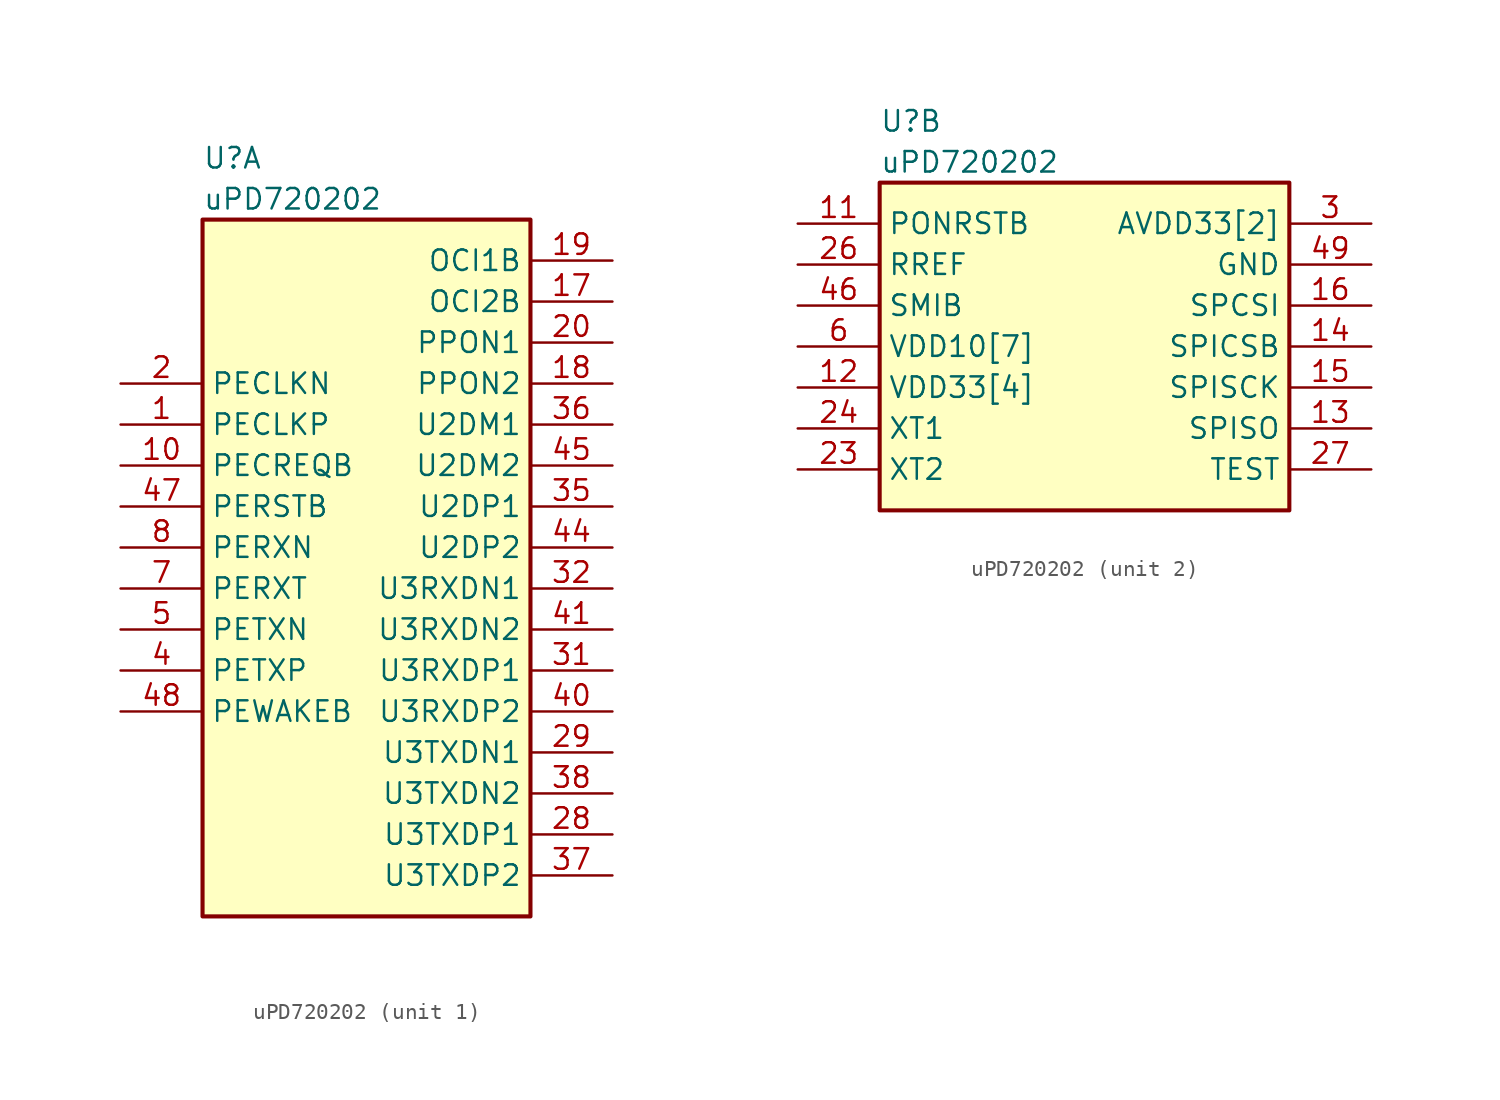
<source format=kicad_sym>
(kicad_symbol_lib
  (version 20211014)
  (generator kicad_symbol_editor)
  (symbol "﻿uPD720202"
    (property "Reference" "U"
      (at 5.08 6.35 0)
      (effects (font (size 1.27 1.27)) (justify left)))
    (property "Value" "﻿uPD720202"
      (at 5.08 3.81 0)
      (effects (font (size 1.27 1.27)) (justify left)))
    (property "ki_locked" ""
      (at 0 0 0)
      (effects (font (size 1.27 1.27))))
    (symbol "﻿uPD720202_1_1"
      (rectangle (start 5.08 2.54) (end 25.4 -40.64) (stroke (width 0.254) (type default) (color 0 0 0 0)) (fill (type background)))
      (pin input line (at 0 -10.16 0) (length 5.08) (name "PECLKP" (effects (font (size 1.27 1.27)))) (number "1" (effects (font (size 1.27 1.27)))))
      (pin output line (at 0 -12.7 0) (length 5.08) (name "PECREQB" (effects (font (size 1.27 1.27)))) (number "10" (effects (font (size 1.27 1.27)))))
      (pin input line (at 30.48 -2.54 180) (length 5.08) (name "OCI2B" (effects (font (size 1.27 1.27)))) (number "17" (effects (font (size 1.27 1.27)))))
      (pin output line (at 30.48 -7.62 180) (length 5.08) (name "PPON2" (effects (font (size 1.27 1.27)))) (number "18" (effects (font (size 1.27 1.27)))))
      (pin input line (at 30.48 0 180) (length 5.08) (name "OCI1B" (effects (font (size 1.27 1.27)))) (number "19" (effects (font (size 1.27 1.27)))))
      (pin input line (at 0 -7.62 0) (length 5.08) (name "PECLKN" (effects (font (size 1.27 1.27)))) (number "2" (effects (font (size 1.27 1.27)))))
      (pin output line (at 30.48 -5.08 180) (length 5.08) (name "PPON1" (effects (font (size 1.27 1.27)))) (number "20" (effects (font (size 1.27 1.27)))))
      (pin output line (at 30.48 -35.56 180) (length 5.08) (name "U3TXDP1" (effects (font (size 1.27 1.27)))) (number "28" (effects (font (size 1.27 1.27)))))
      (pin output line (at 30.48 -30.48 180) (length 5.08) (name "U3TXDN1" (effects (font (size 1.27 1.27)))) (number "29" (effects (font (size 1.27 1.27)))))
      (pin input line (at 30.48 -25.4 180) (length 5.08) (name "U3RXDP1" (effects (font (size 1.27 1.27)))) (number "31" (effects (font (size 1.27 1.27)))))
      (pin input line (at 30.48 -20.32 180) (length 5.08) (name "U3RXDN1" (effects (font (size 1.27 1.27)))) (number "32" (effects (font (size 1.27 1.27)))))
      (pin bidirectional line (at 30.48 -15.24 180) (length 5.08) (name "U2DP1" (effects (font (size 1.27 1.27)))) (number "35" (effects (font (size 1.27 1.27)))))
      (pin bidirectional line (at 30.48 -10.16 180) (length 5.08) (name "U2DM1" (effects (font (size 1.27 1.27)))) (number "36" (effects (font (size 1.27 1.27)))))
      (pin output line (at 30.48 -38.1 180) (length 5.08) (name "U3TXDP2" (effects (font (size 1.27 1.27)))) (number "37" (effects (font (size 1.27 1.27)))))
      (pin output line (at 30.48 -33.02 180) (length 5.08) (name "U3TXDN2" (effects (font (size 1.27 1.27)))) (number "38" (effects (font (size 1.27 1.27)))))
      (pin output line (at 0 -25.4 0) (length 5.08) (name "PETXP" (effects (font (size 1.27 1.27)))) (number "4" (effects (font (size 1.27 1.27)))))
      (pin input line (at 30.48 -27.94 180) (length 5.08) (name "U3RXDP2" (effects (font (size 1.27 1.27)))) (number "40" (effects (font (size 1.27 1.27)))))
      (pin input line (at 30.48 -22.86 180) (length 5.08) (name "U3RXDN2" (effects (font (size 1.27 1.27)))) (number "41" (effects (font (size 1.27 1.27)))))
      (pin bidirectional line (at 30.48 -17.78 180) (length 5.08) (name "U2DP2" (effects (font (size 1.27 1.27)))) (number "44" (effects (font (size 1.27 1.27)))))
      (pin bidirectional line (at 30.48 -12.7 180) (length 5.08) (name "U2DM2" (effects (font (size 1.27 1.27)))) (number "45" (effects (font (size 1.27 1.27)))))
      (pin input line (at 0 -15.24 0) (length 5.08) (name "PERSTB" (effects (font (size 1.27 1.27)))) (number "47" (effects (font (size 1.27 1.27)))))
      (pin output line (at 0 -27.94 0) (length 5.08) (name "PEWAKEB" (effects (font (size 1.27 1.27)))) (number "48" (effects (font (size 1.27 1.27)))))
      (pin output line (at 0 -22.86 0) (length 5.08) (name "PETXN" (effects (font (size 1.27 1.27)))) (number "5" (effects (font (size 1.27 1.27)))))
      (pin input line (at 0 -20.32 0) (length 5.08) (name "PERXT" (effects (font (size 1.27 1.27)))) (number "7" (effects (font (size 1.27 1.27)))))
      (pin input line (at 0 -17.78 0) (length 5.08) (name "PERXN" (effects (font (size 1.27 1.27)))) (number "8" (effects (font (size 1.27 1.27))))))
    (symbol "﻿uPD720202_2_1"
      (rectangle (start 5.08 2.54) (end 30.48 -17.78) (stroke (width 0.254) (type default) (color 0 0 0 0)) (fill (type background)))
      (pin input line (at 0 0 0) (length 5.08) (name "PONRSTB" (effects (font (size 1.27 1.27)))) (number "11" (effects (font (size 1.27 1.27)))))
      (pin power_in line (at 0 -10.16 0) (length 5.08) (name "VDD33[4]" (effects (font (size 1.27 1.27)))) (number "12" (effects (font (size 1.27 1.27)))))
      (pin input line (at 35.56 -12.7 180) (length 5.08) (name "SPISO" (effects (font (size 1.27 1.27)))) (number "13" (effects (font (size 1.27 1.27)))))
      (pin output line (at 35.56 -7.62 180) (length 5.08) (name "SPICSB" (effects (font (size 1.27 1.27)))) (number "14" (effects (font (size 1.27 1.27)))))
      (pin output line (at 35.56 -10.16 180) (length 5.08) (name "SPISCK" (effects (font (size 1.27 1.27)))) (number "15" (effects (font (size 1.27 1.27)))))
      (pin output line (at 35.56 -5.08 180) (length 5.08) (name "SPCSI" (effects (font (size 1.27 1.27)))) (number "16" (effects (font (size 1.27 1.27)))))
      (pin passive line (at 0 -7.62 0) (length 5.08) hide (name "VDD10[7]" (effects (font (size 1.27 1.27)))) (number "21" (effects (font (size 1.27 1.27)))))
      (pin passive line (at 0 -10.16 0) (length 5.08) hide (name "VDD33[4]" (effects (font (size 1.27 1.27)))) (number "22" (effects (font (size 1.27 1.27)))))
      (pin output line (at 0 -15.24 0) (length 5.08) (name "XT2" (effects (font (size 1.27 1.27)))) (number "23" (effects (font (size 1.27 1.27)))))
      (pin input line (at 0 -12.7 0) (length 5.08) (name "XT1" (effects (font (size 1.27 1.27)))) (number "24" (effects (font (size 1.27 1.27)))))
      (pin passive line (at 35.56 0 180) (length 5.08) hide (name "AVDD33[2]" (effects (font (size 1.27 1.27)))) (number "25" (effects (font (size 1.27 1.27)))))
      (pin bidirectional line (at 0 -2.54 0) (length 5.08) (name "RREF" (effects (font (size 1.27 1.27)))) (number "26" (effects (font (size 1.27 1.27)))))
      (pin input line (at 35.56 -15.24 180) (length 5.08) (name "TEST" (effects (font (size 1.27 1.27)))) (number "27" (effects (font (size 1.27 1.27)))))
      (pin power_in line (at 35.56 0 180) (length 5.08) (name "AVDD33[2]" (effects (font (size 1.27 1.27)))) (number "3" (effects (font (size 1.27 1.27)))))
      (pin passive line (at 0 -7.62 0) (length 5.08) hide (name "VDD10[7]" (effects (font (size 1.27 1.27)))) (number "30" (effects (font (size 1.27 1.27)))))
      (pin passive line (at 0 -7.62 0) (length 5.08) hide (name "VDD10[7]" (effects (font (size 1.27 1.27)))) (number "33" (effects (font (size 1.27 1.27)))))
      (pin passive line (at 0 -10.16 0) (length 5.08) hide (name "VDD33[4]" (effects (font (size 1.27 1.27)))) (number "34" (effects (font (size 1.27 1.27)))))
      (pin passive line (at 0 -7.62 0) (length 5.08) hide (name "VDD10[7]" (effects (font (size 1.27 1.27)))) (number "39" (effects (font (size 1.27 1.27)))))
      (pin passive line (at 0 -7.62 0) (length 5.08) hide (name "VDD10[7]" (effects (font (size 1.27 1.27)))) (number "42" (effects (font (size 1.27 1.27)))))
      (pin passive line (at 0 -10.16 0) (length 5.08) hide (name "VDD33[4]" (effects (font (size 1.27 1.27)))) (number "43" (effects (font (size 1.27 1.27)))))
      (pin output line (at 0 -5.08 0) (length 5.08) (name "SMIB" (effects (font (size 1.27 1.27)))) (number "46" (effects (font (size 1.27 1.27)))))
      (pin power_in line (at 35.56 -2.54 180) (length 5.08) (name "GND" (effects (font (size 1.27 1.27)))) (number "49" (effects (font (size 1.27 1.27)))))
      (pin power_in line (at 0 -7.62 0) (length 5.08) (name "VDD10[7]" (effects (font (size 1.27 1.27)))) (number "6" (effects (font (size 1.27 1.27)))))
      (pin passive line (at 0 -7.62 0) (length 5.08) hide (name "VDD10[7]" (effects (font (size 1.27 1.27)))) (number "9" (effects (font (size 1.27 1.27))))))))
</source>
